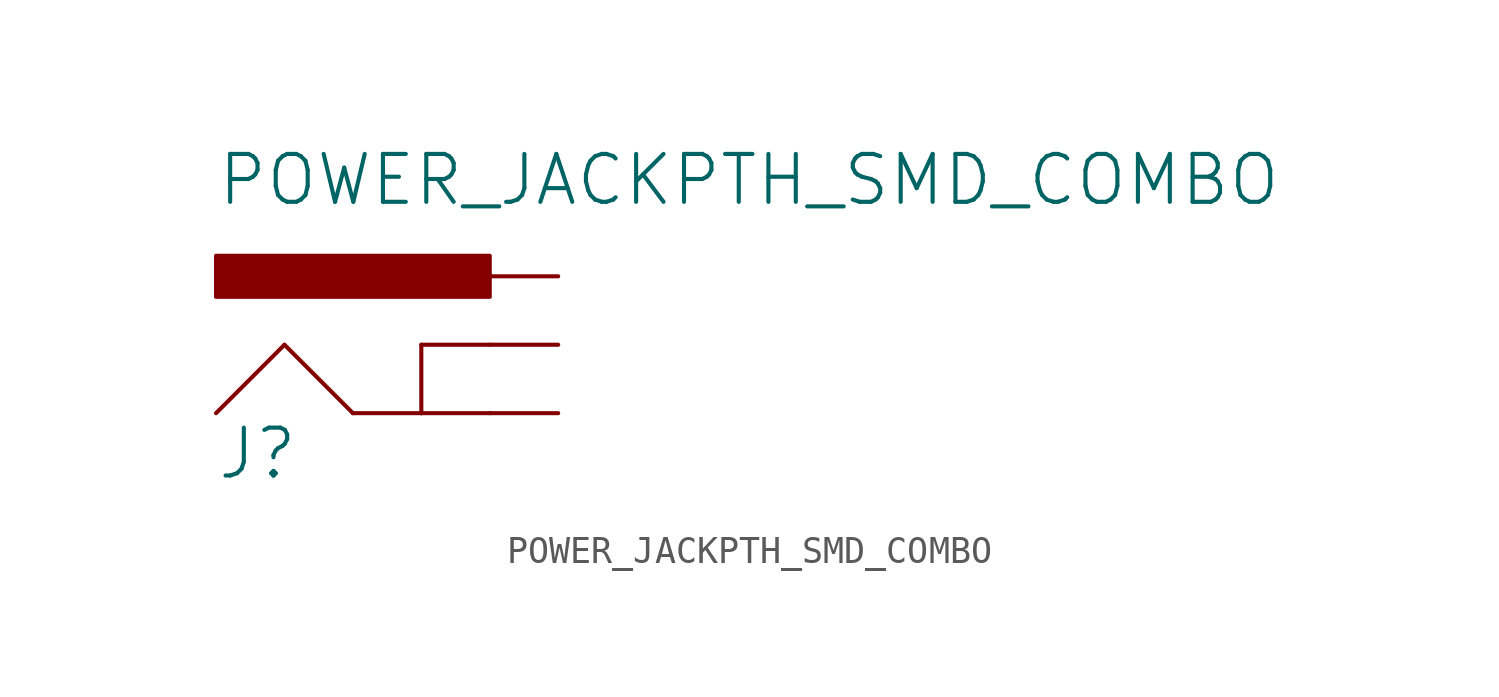
<source format=kicad_sym>
(kicad_symbol_lib
  (version 20211014)
  (generator kicad_symbol_editor)
  (symbol "POWER_JACKPTH_SMD_COMBO"
    (property "Reference" "J"
      (at -10.16 0 0)
      (effects (font (size 1.778 1.778)) (justify left bottom)))
    (property "Value" "POWER_JACKPTH_SMD_COMBO"
      (at -10.16 10.16 0)
      (effects (font (size 1.778 1.778)) (justify left bottom)))
    (property "ki_locked" ""
      (at 0 0 0)
      (effects (font (size 1.27 1.27))))
    (symbol "POWER_JACKPTH_SMD_COMBO_1_0"
      (rectangle (start -10.16 6.858) (end 0 8.382) (stroke (width 0) (type default) (color 0 0 0 0)) (fill (type outline)))
      (polyline (pts (xy -10.16 2.54) (xy -7.62 5.08)) (stroke (width 0.152) (type default) (color 0 0 0 0)) (fill (type none)))
      (polyline (pts (xy -7.62 5.08) (xy -5.08 2.54)) (stroke (width 0.152) (type default) (color 0 0 0 0)) (fill (type none)))
      (polyline (pts (xy -5.08 2.54) (xy -2.54 2.54)) (stroke (width 0.152) (type default) (color 0 0 0 0)) (fill (type none)))
      (polyline (pts (xy -2.54 2.54) (xy -2.54 5.08)) (stroke (width 0.152) (type default) (color 0 0 0 0)) (fill (type none)))
      (polyline (pts (xy -2.54 2.54) (xy 0 2.54)) (stroke (width 0.152) (type default) (color 0 0 0 0)) (fill (type none)))
      (polyline (pts (xy -2.54 5.08) (xy 0 5.08)) (stroke (width 0.152) (type default) (color 0 0 0 0)) (fill (type none)))
      (pin bidirectional line (at 2.54 5.08 180) (length 2.54) (name "GNDBREAK" (effects (font (size 0 0)))) (number "GND" (effects (font (size 0 0)))))
      (pin bidirectional line (at 2.54 2.54 180) (length 2.54) (name "GND" (effects (font (size 0 0)))) (number "GND@1" (effects (font (size 0 0)))))
      (pin bidirectional line (at 2.54 7.62 180) (length 2.54) (name "PWR" (effects (font (size 0 0)))) (number "POWER" (effects (font (size 0 0))))))))
</source>
